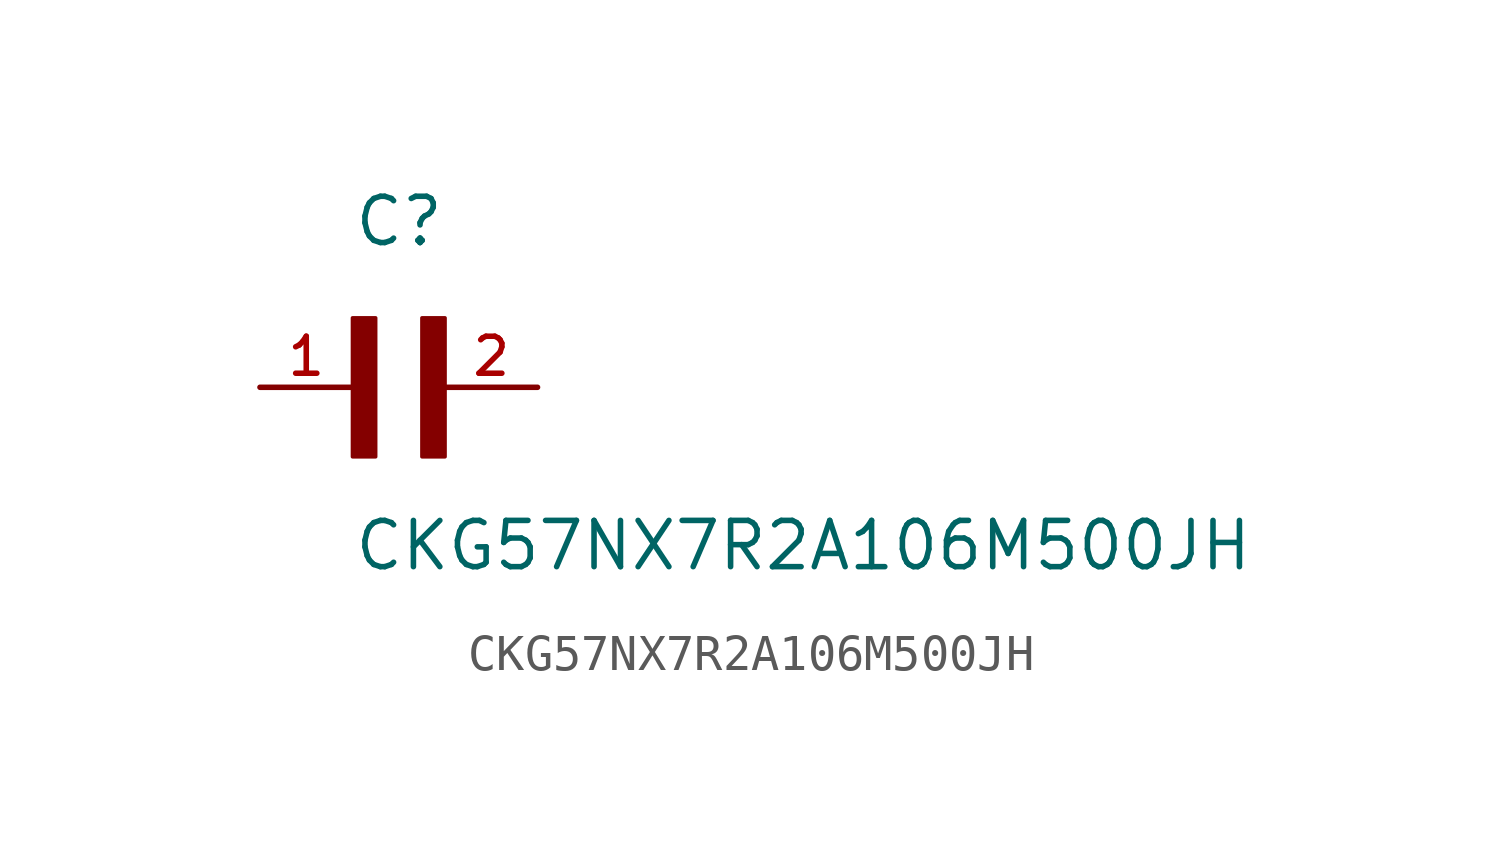
<source format=kicad_sym>
(kicad_symbol_lib
  (version 20211014)
  (generator kicad_symbol_editor)
  (symbol "CKG57NX7R2A106M500JH"
    (pin_names
      (offset 1.016))
    (property "Reference" "C"
      (at 0.0 3.811 0)
      (effects (font (size 1.27 1.27)) (justify bottom left)))
    (property "Value" "CKG57NX7R2A106M500JH"
      (at 0.0 -5.088 0)
      (effects (font (size 1.27 1.27)) (justify bottom left)))
    (symbol "CKG57NX7R2A106M500JH_0_0"
      (rectangle (start 0.0 -1.907) (end 0.635 1.905) (stroke (width 0.1)) (fill (type outline)))
      (rectangle (start 1.907 -1.907) (end 2.54 1.905) (stroke (width 0.1)) (fill (type outline)))
      (pin passive line (at 5.08 0.0 180.0) (length 2.54) (name "~" (effects (font (size 1.016 1.016)))) (number "2" (effects (font (size 1.016 1.016)))))
      (pin passive line (at -2.54 0.0 0) (length 2.54) (name "~" (effects (font (size 1.016 1.016)))) (number "1" (effects (font (size 1.016 1.016))))))))
</source>
